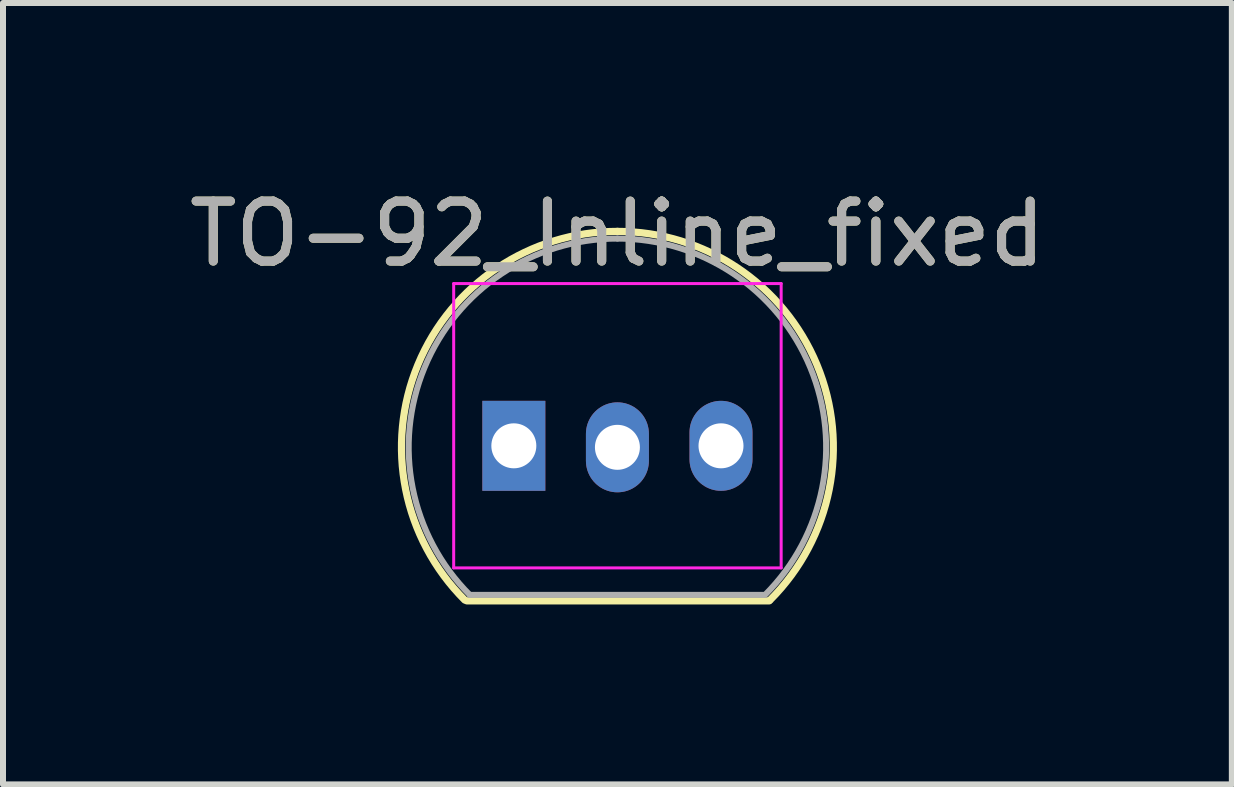
<source format=kicad_pcb>
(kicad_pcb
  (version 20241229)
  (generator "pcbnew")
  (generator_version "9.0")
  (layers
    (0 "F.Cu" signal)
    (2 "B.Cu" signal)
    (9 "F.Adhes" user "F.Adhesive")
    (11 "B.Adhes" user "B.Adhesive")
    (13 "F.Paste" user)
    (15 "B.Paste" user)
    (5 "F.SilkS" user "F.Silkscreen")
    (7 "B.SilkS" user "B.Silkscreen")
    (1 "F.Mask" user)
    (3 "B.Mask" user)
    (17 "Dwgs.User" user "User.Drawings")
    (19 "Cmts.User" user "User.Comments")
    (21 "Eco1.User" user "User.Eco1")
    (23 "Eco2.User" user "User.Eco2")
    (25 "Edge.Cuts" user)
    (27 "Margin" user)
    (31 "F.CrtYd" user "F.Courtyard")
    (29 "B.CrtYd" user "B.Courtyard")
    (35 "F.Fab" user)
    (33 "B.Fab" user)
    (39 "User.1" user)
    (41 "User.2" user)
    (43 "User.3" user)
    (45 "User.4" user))
  (footprint "TO-92_Inline_fixed"
    (layer "F.Cu")
    (at 5.974 4.408)
    (property "Reference" "TO-92_Inline_fixed" (at 1.27 -3.56 0) (layer "F.SilkS") (effects (font (size 1 1) (thickness 0.15))))
    (attr through_hole)
    (fp_line (start -1.24 2.56) (end 3.8 2.56) (stroke (width 0.12) (type solid)) (layer "F.SilkS"))
    (fp_arc (start -1.275584 2.545584) (mid -2.055966 -1.37766) (end 1.27 -3.6) (stroke (width 0.12) (type solid)) (layer "F.SilkS"))
    (fp_arc (start 1.27 -3.6) (mid 4.595966 -1.37766) (end 3.815584 2.545584) (stroke (width 0.12) (type solid)) (layer "F.SilkS"))
    (fp_line (start -1.46 -2.73) (end -1.46 2.01) (stroke (width 0.05) (type solid)) (layer "F.CrtYd"))
    (fp_line (start -1.46 -2.73) (end 4 -2.73) (stroke (width 0.05) (type solid)) (layer "F.CrtYd"))
    (fp_line (start 4 2.01) (end -1.46 2.01) (stroke (width 0.05) (type solid)) (layer "F.CrtYd"))
    (fp_line (start 4 2.01) (end 4 -2.73) (stroke (width 0.05) (type solid)) (layer "F.CrtYd"))
    (fp_line (start -1.19 2.46) (end 3.7 2.46) (stroke (width 0.1) (type solid)) (layer "F.Fab"))
    (fp_arc (start -1.190732 2.460732) (mid -1.945101 -1.331739) (end 1.27 -3.48) (stroke (width 0.1) (type solid)) (layer "F.Fab"))
    (fp_arc (start 1.27 -3.48) (mid 4.485101 -1.331738) (end 3.730732 2.460732) (stroke (width 0.1) (type solid)) (layer "F.Fab"))
    (fp_text user "${REFERENCE}" (at 1.27 -3.56 0) (layer "F.Fab") (effects (font (size 1 1) (thickness 0.15))))
    (pad "1" thru_hole rect (at -0.457 -0.025) (size 1.05 1.5) (drill 0.75) (layers "*.Cu" "*.Mask"))
    (pad "2" thru_hole oval (at 1.27 0) (size 1.05 1.5) (drill 0.75) (layers "*.Cu" "*.Mask"))
    (pad "3" thru_hole oval (at 2.997 -0.025) (size 1.05 1.5) (drill 0.75) (layers "*.Cu" "*.Mask")))
  (gr_rect
    (start -3 -3)
    (end 17.488 10.028)
    (stroke (width 0.1) (type default))
    (fill no)
    (layer "Edge.Cuts")))
</source>
